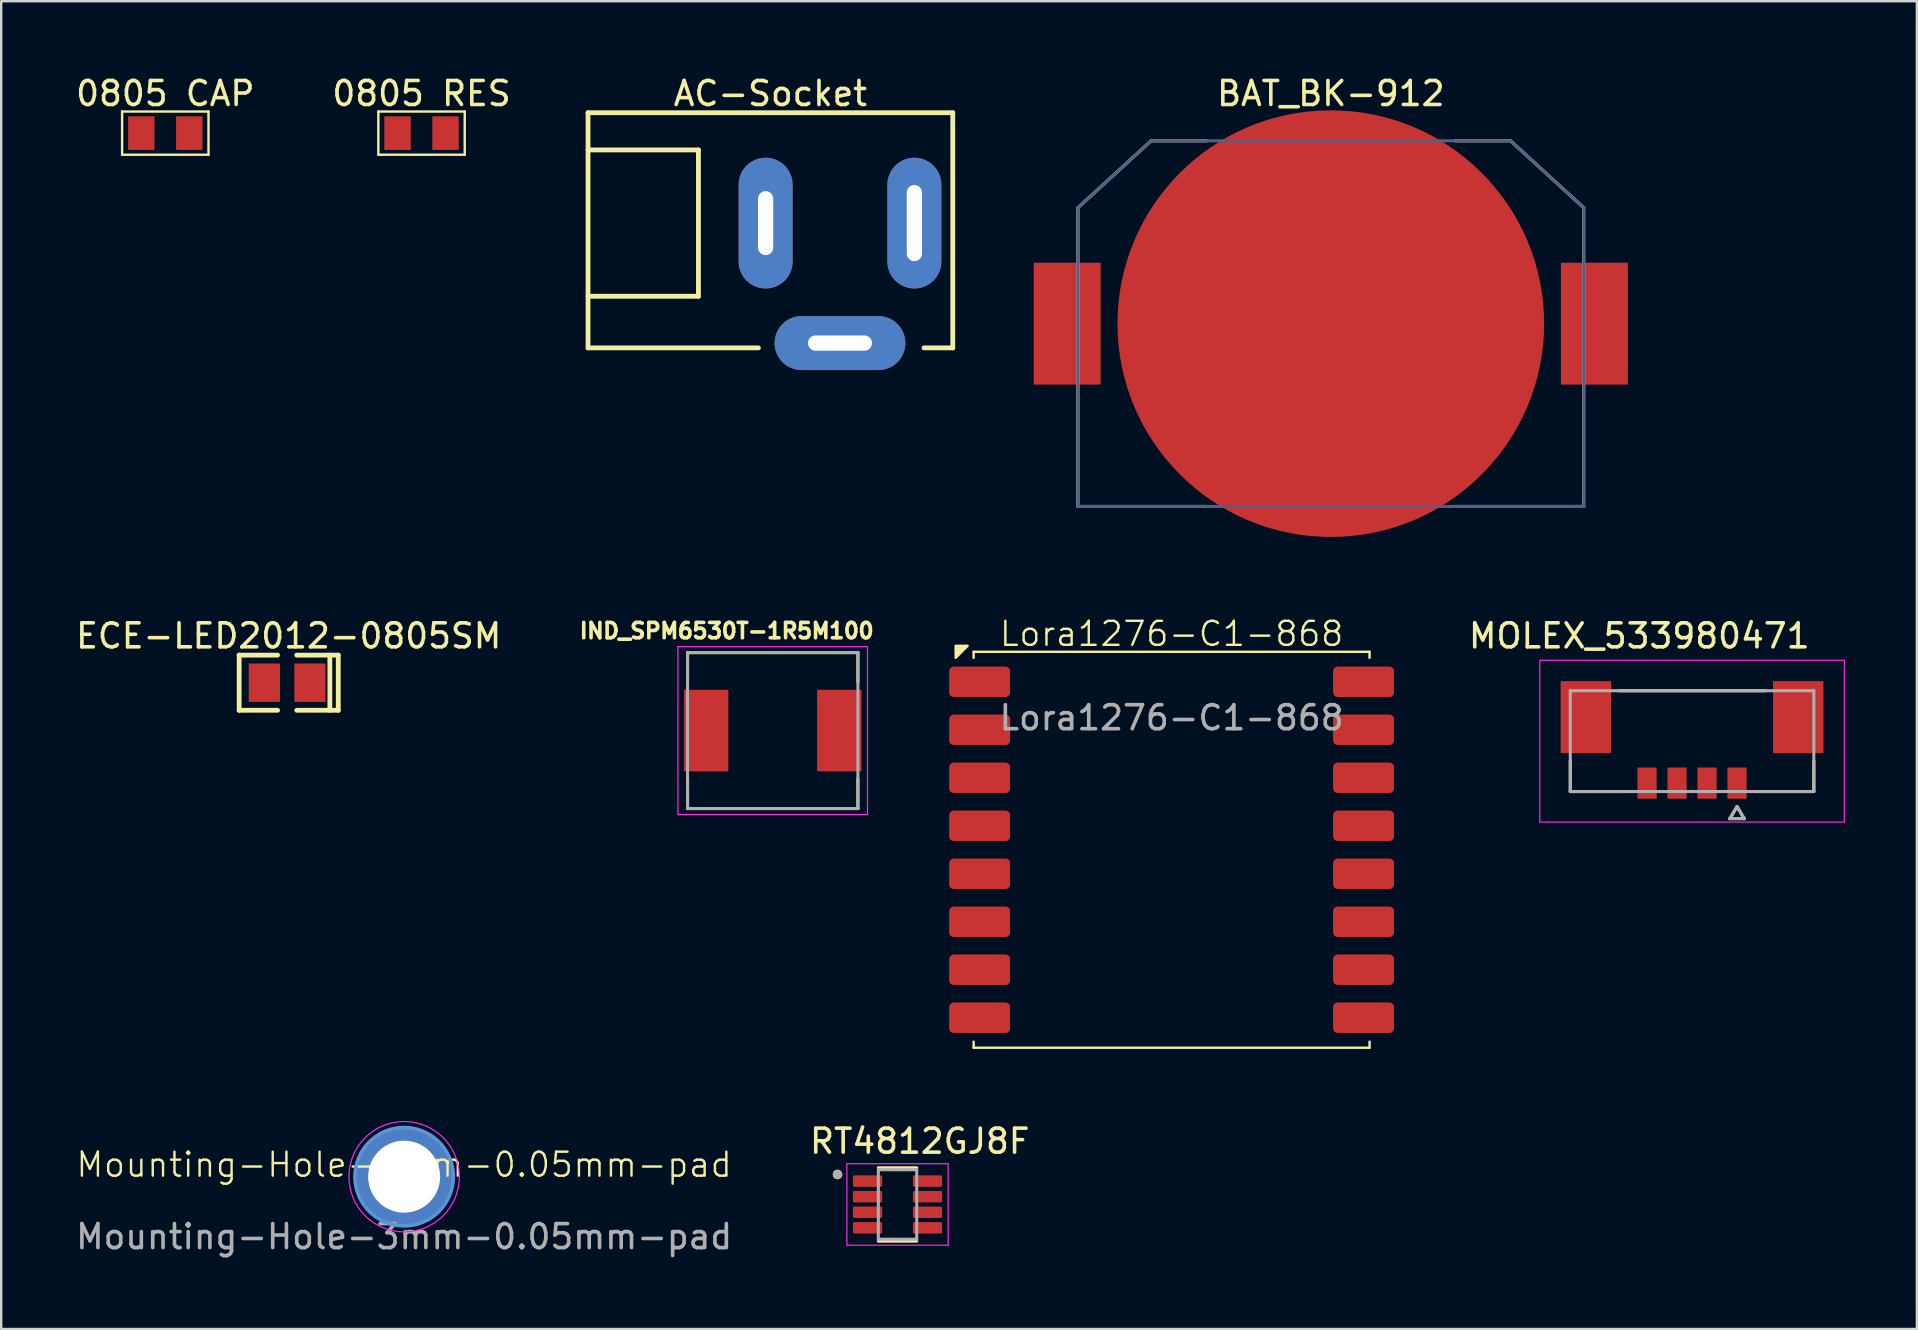
<source format=kicad_pcb>
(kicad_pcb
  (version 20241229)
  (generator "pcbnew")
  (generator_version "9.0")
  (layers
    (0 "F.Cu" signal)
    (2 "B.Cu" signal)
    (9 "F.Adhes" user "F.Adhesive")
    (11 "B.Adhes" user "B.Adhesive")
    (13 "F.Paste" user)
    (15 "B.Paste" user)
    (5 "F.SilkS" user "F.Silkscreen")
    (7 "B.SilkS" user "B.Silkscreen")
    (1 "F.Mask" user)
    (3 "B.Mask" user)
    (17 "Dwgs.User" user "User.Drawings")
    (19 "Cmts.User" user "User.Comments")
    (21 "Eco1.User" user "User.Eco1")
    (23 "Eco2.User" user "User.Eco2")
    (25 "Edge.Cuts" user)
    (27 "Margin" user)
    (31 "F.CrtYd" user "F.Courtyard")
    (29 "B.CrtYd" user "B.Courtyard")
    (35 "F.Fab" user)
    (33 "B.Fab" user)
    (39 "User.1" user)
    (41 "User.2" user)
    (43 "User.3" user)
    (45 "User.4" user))
  (footprint "BAT_BK-912"
    (layer "F.Cu")
    (at 52.412 10.438)
    (property "Reference" "BAT_BK-912" (at 0 -9.59 0) (layer "F.SilkS") (effects (font (size 1 1) (thickness 0.15))))
    (fp_line (start -10.54 -4.83) (end -7.49 -7.62) (stroke (width 0.127) (type solid)) (layer "F.SilkS"))
    (fp_line (start -10.54 7.62) (end -10.54 -4.83) (stroke (width 0.127) (type solid)) (layer "F.SilkS"))
    (fp_line (start -10.54 7.62) (end -5.18 7.62) (stroke (width 0.127) (type solid)) (layer "F.SilkS"))
    (fp_line (start -7.49 -7.62) (end -5.18 -7.62) (stroke (width 0.127) (type solid)) (layer "F.SilkS"))
    (fp_line (start 5.18 -7.62) (end 7.49 -7.62) (stroke (width 0.127) (type solid)) (layer "F.SilkS"))
    (fp_line (start 5.18 7.62) (end 10.54 7.62) (stroke (width 0.127) (type solid)) (layer "F.SilkS"))
    (fp_line (start 7.49 -7.62) (end 10.54 -4.83) (stroke (width 0.127) (type solid)) (layer "F.SilkS"))
    (fp_line (start 10.54 7.62) (end 10.54 -4.83) (stroke (width 0.127) (type solid)) (layer "F.SilkS"))
    (fp_line (start -12.63 -9.14) (end 12.63 -9.14) (stroke (width 0.05) (type solid)) (layer "Eco2.User"))
    (fp_line (start -12.63 9.14) (end -12.63 -9.14) (stroke (width 0.05) (type solid)) (layer "Eco2.User"))
    (fp_line (start -12.63 9.14) (end 12.63 9.14) (stroke (width 0.05) (type solid)) (layer "Eco2.User"))
    (fp_line (start 12.63 9.14) (end 12.63 -9.14) (stroke (width 0.05) (type solid)) (layer "Eco2.User"))
    (fp_line (start -10.54 -4.83) (end -7.49 -7.62) (stroke (width 0.127) (type solid)) (layer "B.Fab"))
    (fp_line (start -10.54 7.62) (end -10.54 -4.83) (stroke (width 0.127) (type solid)) (layer "B.Fab"))
    (fp_line (start -10.54 7.62) (end 10.54 7.62) (stroke (width 0.127) (type solid)) (layer "B.Fab"))
    (fp_line (start -7.49 -7.62) (end 7.49 -7.62) (stroke (width 0.127) (type solid)) (layer "B.Fab"))
    (fp_line (start 7.49 -7.62) (end 10.54 -4.83) (stroke (width 0.127) (type solid)) (layer "B.Fab"))
    (fp_line (start 10.54 7.62) (end 10.54 -4.83) (stroke (width 0.127) (type solid)) (layer "B.Fab"))
    (pad "1" smd circle (at 0 0) (size 17.78 17.78) (layers "F.Cu" "F.Mask" "F.Paste"))
    (pad "S1" smd rect (at -10.985 0) (size 2.79 5.08) (layers "F.Cu" "F.Mask" "F.Paste"))
    (pad "S1" smd rect (at 10.985 0 180) (size 2.79 5.08) (layers "F.Cu" "F.Mask" "F.Paste")))
  (footprint "0805 CAP"
    (layer "F.Cu")
    (at 3.839 2.498)
    (property "Reference" "0805 CAP" (at 0 -1.65 0) (layer "F.SilkS") (effects (font (size 1 1) (thickness 0.15))))
    (fp_line (start -1.8 -0.9) (end 1.8 -0.9) (stroke (width 0.1) (type solid)) (layer "F.SilkS"))
    (fp_line (start -1.8 0.9) (end -1.8 -0.9) (stroke (width 0.1) (type solid)) (layer "F.SilkS"))
    (fp_line (start -1.8 0.9) (end 1.8 0.9) (stroke (width 0.1) (type solid)) (layer "F.SilkS"))
    (fp_line (start 1.8 0.9) (end 1.8 -0.9) (stroke (width 0.1) (type solid)) (layer "F.SilkS"))
    (pad "1" smd rect (at -1 0) (size 1.1 1.4) (layers "F.Cu" "F.Mask" "F.Paste"))
    (pad "2" smd rect (at 1 0) (size 1.1 1.4) (layers "F.Cu" "F.Mask" "F.Paste")))
  (footprint "MOLEX_533980471"
    (layer "F.Cu")
    (at 67.467 27.837)
    (property "Reference" "MOLEX_533980471" (at -2.2 -4.385 0) (layer "F.SilkS") (effects (font (size 1 1) (thickness 0.15))))
    (attr smd)
    (fp_poly (pts (xy -5.551 -2.576) (xy -3.299 -2.576) (xy -3.299 0.576) (xy -5.551 0.576)) (stroke (width 0.01) (type solid)) (fill yes) (layer "F.Mask"))
    (fp_poly (pts (xy -2.351 1.024) (xy -1.399 1.024) (xy -1.399 2.476) (xy -2.351 2.476)) (stroke (width 0.01) (type solid)) (fill yes) (layer "F.Mask"))
    (fp_poly (pts (xy -1.101 1.024) (xy -0.149 1.024) (xy -0.149 2.476) (xy -1.101 2.476)) (stroke (width 0.01) (type solid)) (fill yes) (layer "F.Mask"))
    (fp_poly (pts (xy 0.149 1.024) (xy 1.101 1.024) (xy 1.101 2.476) (xy 0.149 2.476)) (stroke (width 0.01) (type solid)) (fill yes) (layer "F.Mask"))
    (fp_poly (pts (xy 1.399 1.024) (xy 2.351 1.024) (xy 2.351 2.476) (xy 1.399 2.476)) (stroke (width 0.01) (type solid)) (fill yes) (layer "F.Mask"))
    (fp_poly (pts (xy 3.299 -2.576) (xy 5.551 -2.576) (xy 5.551 0.576) (xy 3.299 0.576)) (stroke (width 0.01) (type solid)) (fill yes) (layer "F.Mask"))
    (fp_line (start -5.075 2.1) (end -5.075 0.82) (stroke (width 0.127) (type solid)) (layer "F.SilkS"))
    (fp_line (start -2.595 2.1) (end -5.075 2.1) (stroke (width 0.127) (type solid)) (layer "F.SilkS"))
    (fp_line (start 1.575 3.23) (end 1.875 2.73) (stroke (width 0.127) (type solid)) (layer "F.SilkS"))
    (fp_line (start 1.875 2.73) (end 2.175 3.23) (stroke (width 0.127) (type solid)) (layer "F.SilkS"))
    (fp_line (start 2.175 3.23) (end 1.575 3.23) (stroke (width 0.127) (type solid)) (layer "F.SilkS"))
    (fp_line (start 3.055 -2.1) (end -3.055 -2.1) (stroke (width 0.127) (type solid)) (layer "F.SilkS"))
    (fp_line (start 5.075 0.82) (end 5.075 2.1) (stroke (width 0.127) (type solid)) (layer "F.SilkS"))
    (fp_line (start 5.075 2.1) (end 2.595 2.1) (stroke (width 0.127) (type solid)) (layer "F.SilkS"))
    (fp_line (start -6.345 -3.37) (end 6.345 -3.37) (stroke (width 0.05) (type solid)) (layer "F.CrtYd"))
    (fp_line (start -6.345 3.37) (end -6.345 -3.37) (stroke (width 0.05) (type solid)) (layer "F.CrtYd"))
    (fp_line (start -6.345 3.37) (end 6.345 3.37) (stroke (width 0.05) (type solid)) (layer "F.CrtYd"))
    (fp_line (start 6.345 -3.37) (end 6.345 3.37) (stroke (width 0.05) (type solid)) (layer "F.CrtYd"))
    (fp_line (start -5.075 -2.1) (end 5.075 -2.1) (stroke (width 0.127) (type solid)) (layer "F.Fab"))
    (fp_line (start -5.075 2.1) (end -5.075 -2.1) (stroke (width 0.127) (type solid)) (layer "F.Fab"))
    (fp_line (start 1.575 3.23) (end 1.875 2.73) (stroke (width 0.127) (type solid)) (layer "F.Fab"))
    (fp_line (start 1.875 2.73) (end 2.175 3.23) (stroke (width 0.127) (type solid)) (layer "F.Fab"))
    (fp_line (start 2.175 3.23) (end 1.575 3.23) (stroke (width 0.127) (type solid)) (layer "F.Fab"))
    (fp_line (start 5.075 -2.1) (end 5.075 2.1) (stroke (width 0.127) (type solid)) (layer "F.Fab"))
    (fp_line (start 5.075 2.1) (end -5.075 2.1) (stroke (width 0.127) (type solid)) (layer "F.Fab"))
    (pad "1" smd rect (at 1.875 1.75) (size 0.8 1.3) (layers "F.Cu" "F.Paste"))
    (pad "2" smd rect (at 0.625 1.75) (size 0.8 1.3) (layers "F.Cu" "F.Paste"))
    (pad "3" smd rect (at -0.625 1.75) (size 0.8 1.3) (layers "F.Cu" "F.Paste"))
    (pad "4" smd rect (at -1.875 1.75) (size 0.8 1.3) (layers "F.Cu" "F.Paste"))
    (pad "S1" smd rect (at -4.425 -1) (size 2.1 3) (layers "F.Cu" "F.Paste"))
    (pad "S2" smd rect (at 4.425 -1) (size 2.1 3) (layers "F.Cu" "F.Paste")))
  (footprint "RT4812GJ8F"
    (layer "F.Cu")
    (at 34.355 47.147)
    (property "Reference" "RT4812GJ8F" (at 0.925 -2.635 0) (layer "F.SilkS") (effects (font (size 1 1) (thickness 0.15))))
    (attr smd)
    (fp_line (start -0.8 -1.528) (end 0.8 -1.528) (stroke (width 0.127) (type solid)) (layer "F.SilkS"))
    (fp_line (start -0.8 1.528) (end 0.8 1.528) (stroke (width 0.127) (type solid)) (layer "F.SilkS"))
    (fp_circle (center -2.5 -1.25) (end -2.4 -1.25) (stroke (width 0.2) (type solid)) (fill no) (layer "F.SilkS"))
    (fp_line (start -2.11 -1.698) (end -2.11 1.698) (stroke (width 0.05) (type solid)) (layer "F.CrtYd"))
    (fp_line (start -2.11 1.698) (end 2.11 1.698) (stroke (width 0.05) (type solid)) (layer "F.CrtYd"))
    (fp_line (start 2.11 -1.698) (end -2.11 -1.698) (stroke (width 0.05) (type solid)) (layer "F.CrtYd"))
    (fp_line (start 2.11 1.698) (end 2.11 -1.698) (stroke (width 0.05) (type solid)) (layer "F.CrtYd"))
    (fp_line (start -0.8 -1.448) (end -0.8 1.448) (stroke (width 0.127) (type solid)) (layer "F.Fab"))
    (fp_line (start -0.8 1.448) (end 0.8 1.448) (stroke (width 0.127) (type solid)) (layer "F.Fab"))
    (fp_line (start 0.8 -1.448) (end -0.8 -1.448) (stroke (width 0.127) (type solid)) (layer "F.Fab"))
    (fp_line (start 0.8 1.448) (end 0.8 -1.448) (stroke (width 0.127) (type solid)) (layer "F.Fab"))
    (fp_circle (center -2.5 -1.25) (end -2.4 -1.25) (stroke (width 0.2) (type solid)) (fill no) (layer "F.Fab"))
    (pad "1" smd roundrect (at -1.25 -0.975) (size 1.22 0.48) (layers "F.Cu" "F.Mask" "F.Paste") (roundrect_rratio 0.125))
    (pad "2" smd roundrect (at -1.25 -0.325) (size 1.22 0.48) (layers "F.Cu" "F.Mask" "F.Paste") (roundrect_rratio 0.125))
    (pad "3" smd roundrect (at -1.25 0.325) (size 1.22 0.48) (layers "F.Cu" "F.Mask" "F.Paste") (roundrect_rratio 0.125))
    (pad "4" smd roundrect (at -1.25 0.975) (size 1.22 0.48) (layers "F.Cu" "F.Mask" "F.Paste") (roundrect_rratio 0.125))
    (pad "5" smd roundrect (at 1.25 0.975) (size 1.22 0.48) (layers "F.Cu" "F.Mask" "F.Paste") (roundrect_rratio 0.125))
    (pad "6" smd roundrect (at 1.25 0.325) (size 1.22 0.48) (layers "F.Cu" "F.Mask" "F.Paste") (roundrect_rratio 0.125))
    (pad "7" smd roundrect (at 1.25 -0.325) (size 1.22 0.48) (layers "F.Cu" "F.Mask" "F.Paste") (roundrect_rratio 0.125))
    (pad "8" smd roundrect (at 1.25 -0.975) (size 1.22 0.48) (layers "F.Cu" "F.Mask" "F.Paste") (roundrect_rratio 0.125)))
  (footprint "Lora1276-C1-868"
    (layer "F.Cu")
    (at 45.777 24.364)
    (property "Reference" "Lora1276-C1-868" (at 0 -1 0) (unlocked yes) (layer "F.SilkS") (effects (font (size 1 1) (thickness 0.1))))
    (fp_line (start -8.25 -0.25) (end 8.25 -0.25) (stroke (width 0.1) (type default)) (layer "F.SilkS"))
    (fp_line (start -8.25 0) (end -8.25 -0.25) (stroke (width 0.1) (type default)) (layer "F.SilkS"))
    (fp_line (start -8.25 16) (end -8.25 16.25) (stroke (width 0.1) (type default)) (layer "F.SilkS"))
    (fp_line (start -8.25 16.25) (end 8.25 16.25) (stroke (width 0.1) (type default)) (layer "F.SilkS"))
    (fp_line (start 8.25 -0.25) (end 8.25 0) (stroke (width 0.1) (type default)) (layer "F.SilkS"))
    (fp_line (start 8.25 16.25) (end 8.25 16) (stroke (width 0.1) (type default)) (layer "F.SilkS"))
    (fp_poly (pts (xy -9 0) (xy -8.5 -0.5) (xy -9 -0.5)) (stroke (width 0.1) (type solid)) (fill yes) (layer "F.SilkS"))
    (fp_rect (start -8 0) (end 8 16) (stroke (width 0.1) (type solid)) (fill no) (layer "F.Paste"))
    (fp_text user "${REFERENCE}" (at 0 2.5 0) (unlocked yes) (layer "F.Fab") (effects (font (size 1 1) (thickness 0.15))))
    (pad "1" smd roundrect (at -8 1) (size 2.54 1.27) (layers "F.Cu" "F.Mask" "F.Paste") (roundrect_rratio 0.15))
    (pad "2" smd roundrect (at -8 3) (size 2.54 1.27) (layers "F.Cu" "F.Mask" "F.Paste") (roundrect_rratio 0.15))
    (pad "3" smd roundrect (at -8 5) (size 2.54 1.27) (layers "F.Cu" "F.Mask" "F.Paste") (roundrect_rratio 0.15))
    (pad "4" smd roundrect (at -8 7) (size 2.54 1.27) (layers "F.Cu" "F.Mask" "F.Paste") (roundrect_rratio 0.15))
    (pad "5" smd roundrect (at -8 9) (size 2.54 1.27) (layers "F.Cu" "F.Mask" "F.Paste") (roundrect_rratio 0.15))
    (pad "6" smd roundrect (at -8 11) (size 2.54 1.27) (layers "F.Cu" "F.Mask" "F.Paste") (roundrect_rratio 0.15))
    (pad "7" smd roundrect (at -8 13) (size 2.54 1.27) (layers "F.Cu" "F.Mask" "F.Paste") (roundrect_rratio 0.15))
    (pad "8" smd roundrect (at -8 15) (size 2.54 1.27) (layers "F.Cu" "F.Mask" "F.Paste") (roundrect_rratio 0.15))
    (pad "9" smd roundrect (at 8 15 180) (size 2.54 1.27) (layers "F.Cu" "F.Mask" "F.Paste") (roundrect_rratio 0.15))
    (pad "10" smd roundrect (at 8 13 180) (size 2.54 1.27) (layers "F.Cu" "F.Mask" "F.Paste") (roundrect_rratio 0.15))
    (pad "11" smd roundrect (at 8 11 180) (size 2.54 1.27) (layers "F.Cu" "F.Mask" "F.Paste") (roundrect_rratio 0.15))
    (pad "12" smd roundrect (at 8 9 180) (size 2.54 1.27) (layers "F.Cu" "F.Mask" "F.Paste") (roundrect_rratio 0.15))
    (pad "13" smd roundrect (at 8 7 180) (size 2.54 1.27) (layers "F.Cu" "F.Mask" "F.Paste") (roundrect_rratio 0.15))
    (pad "14" smd roundrect (at 8 5 180) (size 2.54 1.27) (layers "F.Cu" "F.Mask" "F.Paste") (roundrect_rratio 0.15))
    (pad "15" smd roundrect (at 8 3 180) (size 2.54 1.27) (layers "F.Cu" "F.Mask" "F.Paste") (roundrect_rratio 0.15))
    (pad "16" smd roundrect (at 8 1 180) (size 2.54 1.27) (layers "F.Cu" "F.Mask" "F.Paste") (roundrect_rratio 0.15)))
  (footprint "IND_SPM6530T-1R5M100"
    (layer "F.Cu")
    (at 29.154 27.397)
    (property "Reference" "IND_SPM6530T-1R5M100" (at -1.918 -4.156 0) (layer "F.SilkS") (effects (font (size 0.64 0.64) (thickness 0.15))))
    (attr smd)
    (fp_line (start -3.55 -3.25) (end -3.55 -2.02) (stroke (width 0.127) (type solid)) (layer "F.SilkS"))
    (fp_line (start -3.55 -3.25) (end 3.55 -3.25) (stroke (width 0.127) (type solid)) (layer "F.SilkS"))
    (fp_line (start -3.55 3.25) (end -3.55 2.02) (stroke (width 0.127) (type solid)) (layer "F.SilkS"))
    (fp_line (start -3.55 3.25) (end 3.55 3.25) (stroke (width 0.127) (type solid)) (layer "F.SilkS"))
    (fp_line (start 3.55 -3.25) (end 3.55 -2.02) (stroke (width 0.127) (type solid)) (layer "F.SilkS"))
    (fp_line (start 3.55 3.25) (end 3.55 2.02) (stroke (width 0.127) (type solid)) (layer "F.SilkS"))
    (fp_line (start -3.95 -3.5) (end -3.95 3.5) (stroke (width 0.05) (type solid)) (layer "F.CrtYd"))
    (fp_line (start -3.95 3.5) (end 3.95 3.5) (stroke (width 0.05) (type solid)) (layer "F.CrtYd"))
    (fp_line (start 3.95 -3.5) (end -3.95 -3.5) (stroke (width 0.05) (type solid)) (layer "F.CrtYd"))
    (fp_line (start 3.95 3.5) (end 3.95 -3.5) (stroke (width 0.05) (type solid)) (layer "F.CrtYd"))
    (fp_line (start -3.55 -3.25) (end -3.55 3.25) (stroke (width 0.127) (type solid)) (layer "F.Fab"))
    (fp_line (start -3.55 -3.25) (end 3.55 -3.25) (stroke (width 0.127) (type solid)) (layer "F.Fab"))
    (fp_line (start -3.55 3.25) (end 3.55 3.25) (stroke (width 0.127) (type solid)) (layer "F.Fab"))
    (fp_line (start 3.55 -3.25) (end 3.55 3.25) (stroke (width 0.127) (type solid)) (layer "F.Fab"))
    (pad "1" smd rect (at -2.775 0) (size 1.85 3.4) (layers "F.Cu" "F.Mask" "F.Paste"))
    (pad "2" smd rect (at 2.775 0) (size 1.85 3.4) (layers "F.Cu" "F.Mask" "F.Paste")))
  (footprint "ECE-LED2012-0805SM"
    (layer "F.Cu")
    (at 8.917 25.402)
    (property "Reference" "ECE-LED2012-0805SM" (at 0.065 -1.95 0) (layer "F.SilkS") (effects (font (size 1 1) (thickness 0.15))))
    (fp_line (start -2 -1.15) (end -0.4 -1.15) (stroke (width 0.2) (type solid)) (layer "F.SilkS"))
    (fp_line (start -2 1.15) (end -2 -1.15) (stroke (width 0.2) (type solid)) (layer "F.SilkS"))
    (fp_line (start -2 1.15) (end -0.4 1.15) (stroke (width 0.2) (type solid)) (layer "F.SilkS"))
    (fp_line (start 0.4 -1.15) (end 2.13 -1.15) (stroke (width 0.2) (type solid)) (layer "F.SilkS"))
    (fp_line (start 0.4 1.15) (end 2.13 1.15) (stroke (width 0.2) (type solid)) (layer "F.SilkS"))
    (fp_line (start 1.78 1.15) (end 1.78 -1.15) (stroke (width 0.2) (type solid)) (layer "F.SilkS"))
    (fp_line (start 2.13 1.15) (end 2.13 -1.15) (stroke (width 0.2) (type solid)) (layer "F.SilkS"))
    (pad "1" smd rect (at -0.95 0 180) (size 1.3 1.6) (layers "F.Cu" "F.Mask" "F.Paste"))
    (pad "2" smd rect (at 0.95 0 180) (size 1.3 1.6) (layers "F.Cu" "F.Mask" "F.Paste")))
  (footprint "Mounting-Hole-3mm-0.05mm-pad"
    (layer "F.Cu")
    (at 13.792 45.989)
    (property "Reference" "Mounting-Hole-3mm-0.05mm-pad" (at 0 -0.5 0) (unlocked yes) (layer "F.SilkS") (effects (font (size 1 1) (thickness 0.1))))
    (fp_circle (center 0 0) (end 2.05 0) (stroke (width 0.15) (type solid)) (fill no) (layer "Cmts.User"))
    (fp_circle (center 0 0) (end 2.3 0) (stroke (width 0.05) (type solid)) (fill no) (layer "F.CrtYd"))
    (fp_text user "${REFERENCE}" (at 0 2.5 0) (unlocked yes) (layer "F.Fab") (effects (font (size 1 1) (thickness 0.15))))
    (pad "1" thru_hole circle (at 0 0) (size 4 4) (drill 3) (layers "*.Cu" "*.Mask")))
  (footprint "AC-Socket"
    (layer "F.Cu")
    (at 29.057 6.248)
    (property "Reference" "AC-Socket" (at 0.000005 -5.4 0) (layer "F.SilkS") (effects (font (size 1 1) (thickness 0.15))))
    (fp_line (start -7.6 -4.6) (end 7.6 -4.6) (stroke (width 0.2) (type solid)) (layer "F.SilkS"))
    (fp_line (start -7.6 -3.05) (end -3 -3.05) (stroke (width 0.2) (type solid)) (layer "F.SilkS"))
    (fp_line (start -7.6 3.05) (end -3 3.05) (stroke (width 0.2) (type solid)) (layer "F.SilkS"))
    (fp_line (start -7.6 5.2) (end -7.6 -4.6) (stroke (width 0.2) (type solid)) (layer "F.SilkS"))
    (fp_line (start -7.6 5.2) (end -0.5 5.2) (stroke (width 0.2) (type solid)) (layer "F.SilkS"))
    (fp_line (start -3 3.05) (end -3 -3.05) (stroke (width 0.2) (type solid)) (layer "F.SilkS"))
    (fp_line (start 6.4 5.2) (end 7.6 5.2) (stroke (width 0.2) (type solid)) (layer "F.SilkS"))
    (fp_line (start 7.6 -4.6) (end 7.6 5.2) (stroke (width 0.2) (type solid)) (layer "F.SilkS"))
    (fp_line (start -0.2 1.5) (end -0.2 -1.7) (stroke (width 1) (type solid)) (layer "User.1"))
    (fp_line (start 1.3 5) (end 4.4 5) (stroke (width 1) (type solid)) (layer "User.1"))
    (fp_line (start 6 1.6) (end 6 -1.6) (stroke (width 1) (type solid)) (layer "User.1"))
    (pad "1" thru_hole oval (at 6 0 90) (size 5.45 2.25) (drill oval 3.175 0.635) (layers "*.Cu" "*.Mask"))
    (pad "2" thru_hole oval (at 2.9 5 180) (size 5.45 2.25) (drill oval 2.667 0.635) (layers "*.Cu" "*.Mask"))
    (pad "3" thru_hole oval (at -0.2 0 90) (size 5.45 2.25) (drill oval 2.667 0.635) (layers "*.Cu" "*.Mask")))
  (footprint "0805 RES"
    (layer "F.Cu")
    (at 14.518 2.498)
    (property "Reference" "0805 RES" (at 0 -1.65 0) (layer "F.SilkS") (effects (font (size 1 1) (thickness 0.15))))
    (fp_line (start -1.8 -0.9) (end 1.8 -0.9) (stroke (width 0.1) (type solid)) (layer "F.SilkS"))
    (fp_line (start -1.8 0.9) (end -1.8 -0.9) (stroke (width 0.1) (type solid)) (layer "F.SilkS"))
    (fp_line (start -1.8 0.9) (end 1.8 0.9) (stroke (width 0.1) (type solid)) (layer "F.SilkS"))
    (fp_line (start 1.8 0.9) (end 1.8 -0.9) (stroke (width 0.1) (type solid)) (layer "F.SilkS"))
    (pad "1" smd rect (at -1 0) (size 1.1 1.4) (layers "F.Cu" "F.Mask" "F.Paste"))
    (pad "2" smd rect (at 1 0) (size 1.1 1.4) (layers "F.Cu" "F.Mask" "F.Paste")))
  (gr_rect
    (start -3 -3)
    (end 76.837 52.337)
    (stroke (width 0.1) (type default))
    (fill no)
    (layer "Edge.Cuts")))
</source>
